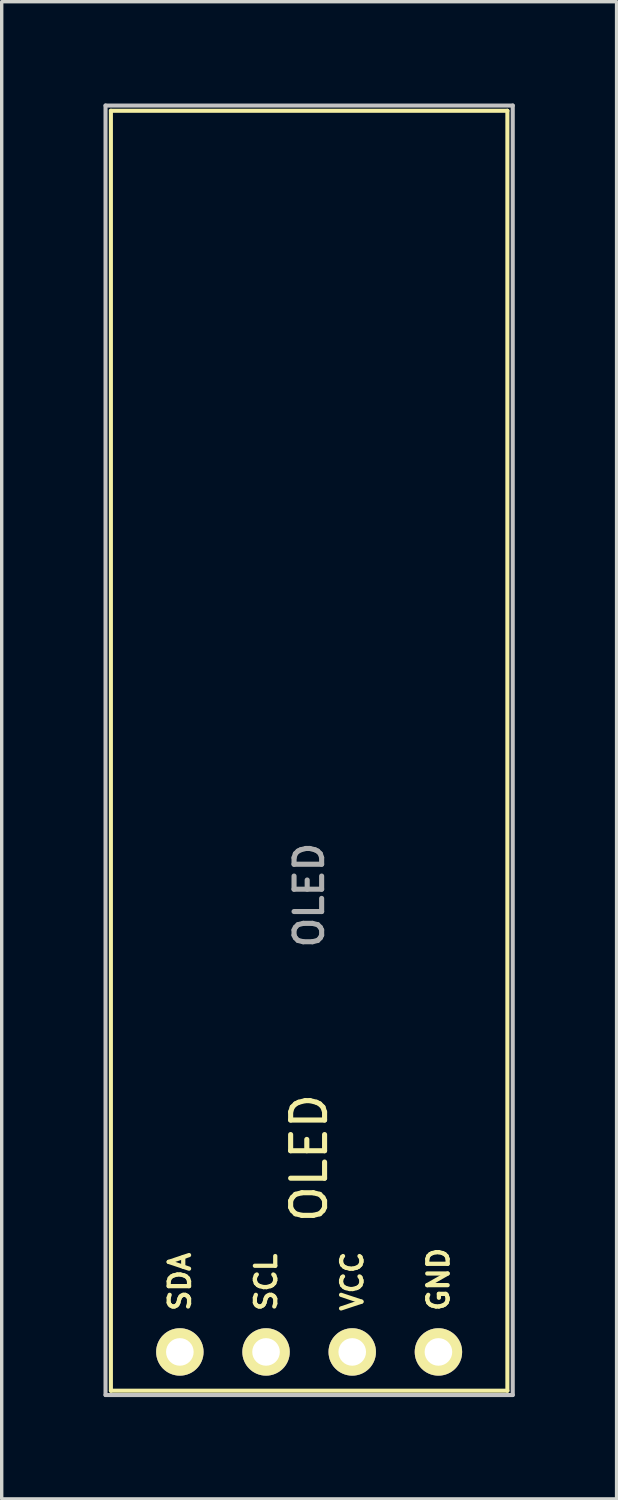
<source format=kicad_pcb>
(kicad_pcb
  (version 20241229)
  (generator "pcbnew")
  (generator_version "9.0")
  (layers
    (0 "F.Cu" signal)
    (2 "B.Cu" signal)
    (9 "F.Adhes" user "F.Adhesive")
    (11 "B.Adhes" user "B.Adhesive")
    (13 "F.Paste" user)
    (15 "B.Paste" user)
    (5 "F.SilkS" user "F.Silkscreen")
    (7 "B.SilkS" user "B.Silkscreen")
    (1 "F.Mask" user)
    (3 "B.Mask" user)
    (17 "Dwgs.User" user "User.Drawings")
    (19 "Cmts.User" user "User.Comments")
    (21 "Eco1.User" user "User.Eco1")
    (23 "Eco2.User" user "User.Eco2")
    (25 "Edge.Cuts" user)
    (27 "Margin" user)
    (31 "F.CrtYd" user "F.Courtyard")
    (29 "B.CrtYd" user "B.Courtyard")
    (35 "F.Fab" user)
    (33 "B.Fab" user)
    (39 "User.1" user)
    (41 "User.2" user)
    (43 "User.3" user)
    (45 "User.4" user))
  (footprint "OLED"
    (layer "F.Cu")
    (at 6.06 36.79)
    (property "Reference" "OLED" (at 0 -13.462 270) (layer "F.Fab") (effects (font (size 0.813 0.813) (thickness 0.15))))
    (attr through_hole)
    (fp_line (start -5.842 -36.576) (end 5.842 -36.576) (stroke (width 0.12) (type solid)) (layer "F.SilkS"))
    (fp_line (start -5.842 1.143) (end -5.842 -36.576) (stroke (width 0.12) (type solid)) (layer "F.SilkS"))
    (fp_line (start 5.842 -36.576) (end 5.842 1.143) (stroke (width 0.12) (type solid)) (layer "F.SilkS"))
    (fp_line (start 5.842 1.143) (end -5.842 1.143) (stroke (width 0.12) (type solid)) (layer "F.SilkS"))
    (fp_line (start -6 -36.73) (end 6 -36.73) (stroke (width 0.12) (type solid)) (layer "Dwgs.User"))
    (fp_line (start -6 1.27) (end -6 -36.73) (stroke (width 0.12) (type solid)) (layer "Dwgs.User"))
    (fp_line (start -6 1.27) (end 6 1.27) (stroke (width 0.12) (type solid)) (layer "Dwgs.User"))
    (fp_line (start 6 -36.73) (end 6 1.27) (stroke (width 0.12) (type solid)) (layer "Dwgs.User"))
    (fp_text user "OLED" (at 0 -5.715 90) (layer "F.SilkS") (effects (font (size 1 1) (thickness 0.15))))
    (fp_text user "VCC" (at 1.27 -1.143 90) (layer "F.SilkS") (effects (font (size 0.6 0.6) (thickness 0.125)) (justify left)))
    (fp_text user "SCL" (at -1.27 -1.143 90) (layer "F.SilkS") (effects (font (size 0.6 0.6) (thickness 0.125)) (justify left)))
    (fp_text user "GND" (at 3.81 -1.143 90) (layer "F.SilkS") (effects (font (size 0.6 0.6) (thickness 0.125)) (justify left)))
    (fp_text user "SDA" (at -3.81 -1.143 90) (layer "F.SilkS") (effects (font (size 0.6 0.6) (thickness 0.125)) (justify left)))
    (pad "1" thru_hole circle (at -3.81 0) (size 1.397 1.397) (drill 0.813) (layers "*.Cu" "B.Mask" "F.SilkS"))
    (pad "2" thru_hole circle (at -1.27 0) (size 1.397 1.397) (drill 0.813) (layers "*.Cu" "B.Mask" "F.SilkS"))
    (pad "3" thru_hole circle (at 1.27 0) (size 1.397 1.397) (drill 0.813) (layers "*.Cu" "B.Mask" "F.SilkS"))
    (pad "4" thru_hole circle (at 3.81 0) (size 1.397 1.397) (drill 0.813) (layers "*.Cu" "B.Mask" "F.SilkS")))
  (gr_rect
    (start -3 -3)
    (end 15.12 41.12)
    (stroke (width 0.1) (type default))
    (fill no)
    (layer "Edge.Cuts")))
</source>
